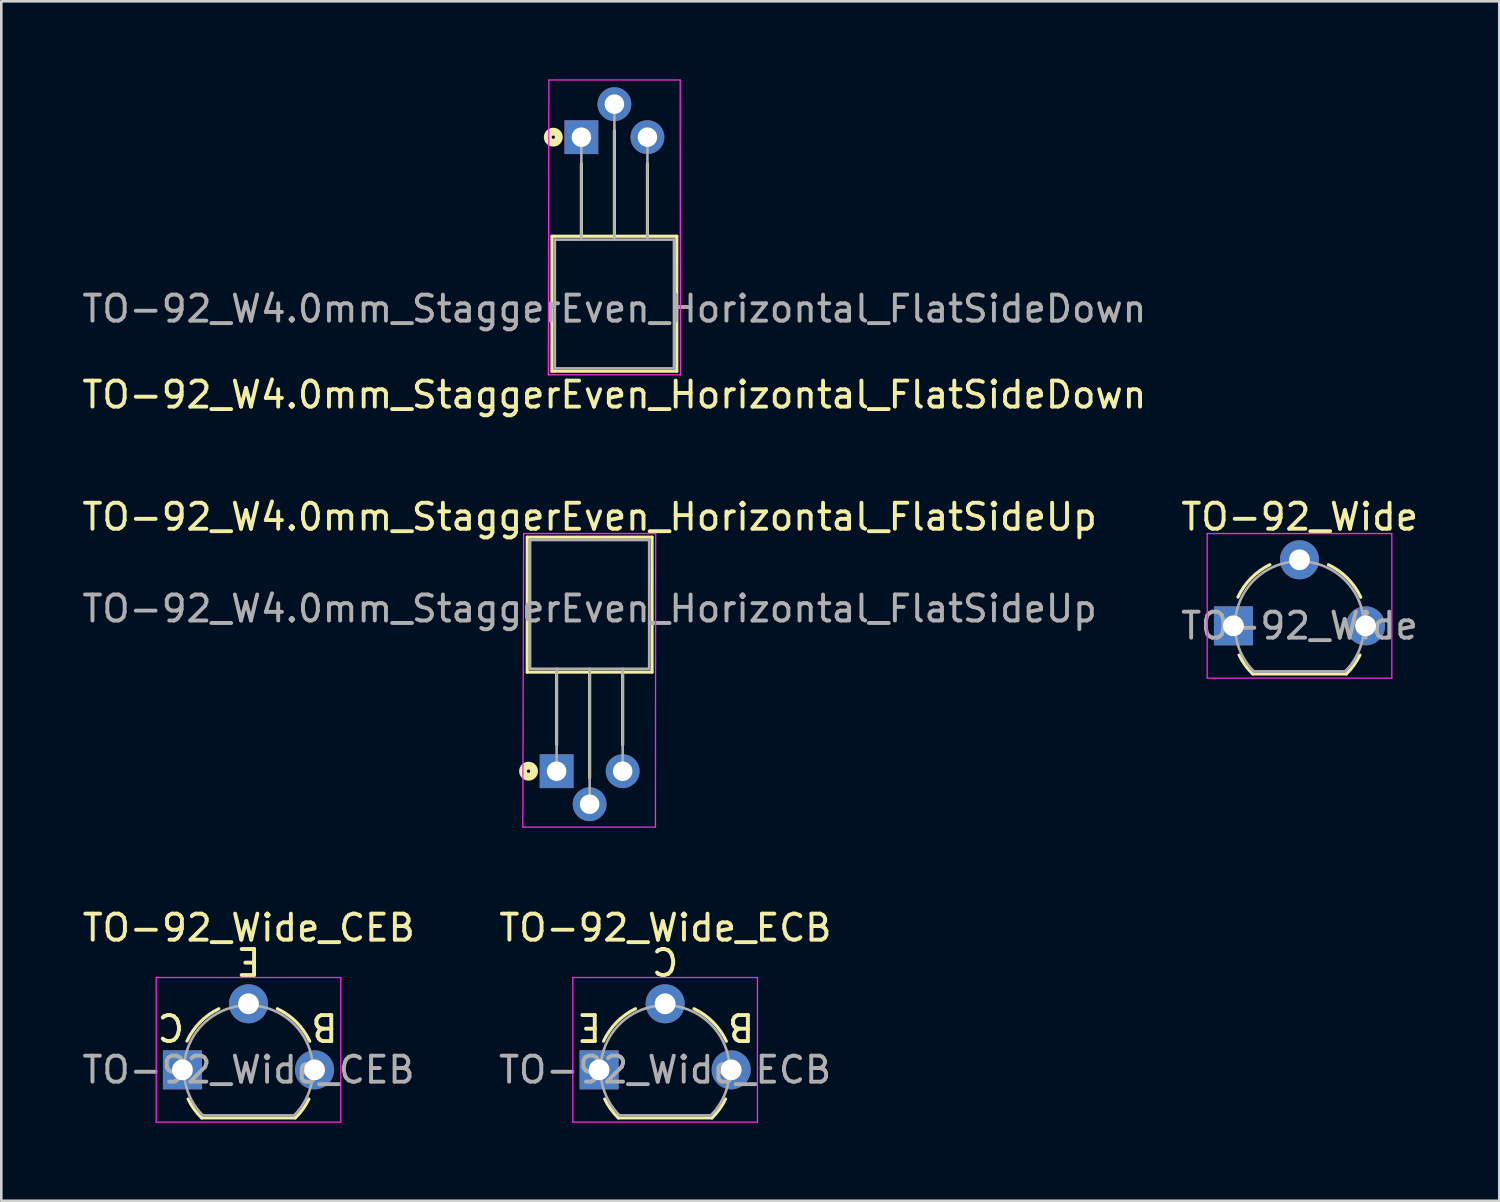
<source format=kicad_pcb>
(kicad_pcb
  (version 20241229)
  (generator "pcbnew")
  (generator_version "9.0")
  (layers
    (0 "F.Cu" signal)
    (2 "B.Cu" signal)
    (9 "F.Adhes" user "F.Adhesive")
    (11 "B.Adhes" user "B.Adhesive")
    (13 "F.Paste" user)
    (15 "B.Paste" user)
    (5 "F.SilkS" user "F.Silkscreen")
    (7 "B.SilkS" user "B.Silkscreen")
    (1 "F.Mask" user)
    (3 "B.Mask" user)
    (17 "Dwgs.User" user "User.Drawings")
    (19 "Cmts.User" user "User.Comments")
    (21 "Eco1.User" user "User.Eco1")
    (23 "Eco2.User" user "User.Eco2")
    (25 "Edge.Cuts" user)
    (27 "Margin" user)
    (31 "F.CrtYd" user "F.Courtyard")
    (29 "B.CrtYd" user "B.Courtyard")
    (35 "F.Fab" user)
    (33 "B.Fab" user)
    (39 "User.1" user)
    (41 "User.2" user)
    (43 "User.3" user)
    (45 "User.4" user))
  (footprint "TO-92_Wide"
    (layer "F.Cu")
    (at 44.383 21.017)
    (property "Reference" "TO-92_Wide" (at 2.55 -4.19 0) (layer "F.SilkS") (effects (font (size 1 1) (thickness 0.15))))
    (attr through_hole)
    (fp_line (start 0.74 1.85) (end 4.34 1.85) (stroke (width 0.12) (type solid)) (layer "F.SilkS"))
    (fp_arc (start 0.172801 -1.103842) (mid 0.678995 -1.832692) (end 1.4 -2.35) (stroke (width 0.12) (type solid)) (layer "F.SilkS"))
    (fp_arc (start 0.74 1.85) (mid 0.446097 1.509328) (end 0.215816 1.122795) (stroke (width 0.12) (type solid)) (layer "F.SilkS"))
    (fp_arc (start 3.65 -2.35) (mid 4.382279 -1.833196) (end 4.895458 -1.098371) (stroke (width 0.12) (type solid)) (layer "F.SilkS"))
    (fp_arc (start 4.864184 1.122795) (mid 4.633903 1.509328) (end 4.34 1.85) (stroke (width 0.12) (type solid)) (layer "F.SilkS"))
    (fp_line (start -1.01 -3.55) (end -1.01 2.01) (stroke (width 0.05) (type solid)) (layer "F.CrtYd"))
    (fp_line (start -1.01 -3.55) (end 6.09 -3.55) (stroke (width 0.05) (type solid)) (layer "F.CrtYd"))
    (fp_line (start 6.09 2.01) (end -1.01 2.01) (stroke (width 0.05) (type solid)) (layer "F.CrtYd"))
    (fp_line (start 6.09 2.01) (end 6.09 -3.55) (stroke (width 0.05) (type solid)) (layer "F.CrtYd"))
    (fp_line (start 0.8 1.75) (end 4.3 1.75) (stroke (width 0.1) (type solid)) (layer "F.Fab"))
    (fp_arc (start 0.786375 1.753625) (mid 0.248779 -0.949055) (end 2.54 -2.48) (stroke (width 0.1) (type solid)) (layer "F.Fab"))
    (fp_arc (start 2.54 -2.48) (mid 4.831221 -0.949055) (end 4.293625 1.753625) (stroke (width 0.1) (type solid)) (layer "F.Fab"))
    (fp_text user "${REFERENCE}" (at 2.54 0 0) (layer "F.Fab") (effects (font (size 1 1) (thickness 0.15))))
    (pad "1" thru_hole rect (at 0 0 90) (size 1.5 1.5) (drill 0.8) (layers "*.Cu" "*.Mask"))
    (pad "2" thru_hole circle (at 2.54 -2.54 90) (size 1.5 1.5) (drill 0.8) (layers "*.Cu" "*.Mask"))
    (pad "3" thru_hole circle (at 5.08 0 90) (size 1.5 1.5) (drill 0.8) (layers "*.Cu" "*.Mask")))
  (footprint "TO-92_W4.0mm_StaggerEven_Horizontal_FlatSideDown"
    (layer "F.Cu")
    (at 19.307 2.225)
    (property "Reference" "TO-92_W4.0mm_StaggerEven_Horizontal_FlatSideDown" (at 1.27 9.906 0) (layer "F.SilkS") (effects (font (size 1 1) (thickness 0.15))))
    (attr through_hole)
    (fp_line (start -1.13 3.81) (end 3.67 3.81) (stroke (width 0.12) (type solid)) (layer "F.SilkS"))
    (fp_line (start -1.13 9) (end -1.13 3.81) (stroke (width 0.12) (type solid)) (layer "F.SilkS"))
    (fp_line (start 0 1.02) (end 0 3.81) (stroke (width 0.12) (type solid)) (layer "F.SilkS"))
    (fp_line (start 1.27 -0.25) (end 1.27 3.81) (stroke (width 0.12) (type solid)) (layer "F.SilkS"))
    (fp_line (start 2.54 1.02) (end 2.54 3.81) (stroke (width 0.12) (type solid)) (layer "F.SilkS"))
    (fp_line (start 3.67 3.81) (end 3.67 9) (stroke (width 0.12) (type solid)) (layer "F.SilkS"))
    (fp_line (start 3.67 9) (end -1.13 9) (stroke (width 0.12) (type solid)) (layer "F.SilkS"))
    (fp_circle (center -1.079 0) (end -1.016 0) (stroke (width 0.3) (type solid)) (fill no) (layer "F.SilkS"))
    (fp_line (start -1.25 -2.2) (end -1.27 9.14) (stroke (width 0.05) (type solid)) (layer "F.CrtYd"))
    (fp_line (start -1.25 -2.2) (end 3.8 -2.2) (stroke (width 0.05) (type solid)) (layer "F.CrtYd"))
    (fp_line (start 3.81 9.14) (end -1.27 9.14) (stroke (width 0.05) (type solid)) (layer "F.CrtYd"))
    (fp_line (start 3.81 9.14) (end 3.8 -2.2) (stroke (width 0.05) (type solid)) (layer "F.CrtYd"))
    (fp_line (start -1.02 3.94) (end 3.56 3.94) (stroke (width 0.1) (type solid)) (layer "F.Fab"))
    (fp_line (start -1.02 8.89) (end -1.02 3.94) (stroke (width 0.1) (type solid)) (layer "F.Fab"))
    (fp_line (start 0 3.94) (end 0 0) (stroke (width 0.1) (type solid)) (layer "F.Fab"))
    (fp_line (start 1.27 3.94) (end 1.27 -1.27) (stroke (width 0.1) (type solid)) (layer "F.Fab"))
    (fp_line (start 2.54 3.94) (end 2.54 0) (stroke (width 0.1) (type solid)) (layer "F.Fab"))
    (fp_line (start 3.56 3.94) (end 3.56 8.89) (stroke (width 0.1) (type solid)) (layer "F.Fab"))
    (fp_line (start 3.56 8.89) (end -1.02 8.89) (stroke (width 0.1) (type solid)) (layer "F.Fab"))
    (fp_text user "${REFERENCE}" (at 1.27 6.6 0) (layer "F.Fab") (effects (font (size 1 1) (thickness 0.15))))
    (pad "1" thru_hole rect (at 0 0 90) (size 1.3 1.3) (drill 0.75) (layers "*.Cu" "*.Mask"))
    (pad "2" thru_hole circle (at 1.27 -1.27 90) (size 1.3 1.3) (drill 0.75) (layers "*.Cu" "*.Mask"))
    (pad "3" thru_hole circle (at 2.54 0 90) (size 1.3 1.3) (drill 0.75) (layers "*.Cu" "*.Mask")))
  (footprint "TO-92_Wide_ECB"
    (layer "F.Cu")
    (at 19.988 38.091)
    (property "Reference" "TO-92_Wide_ECB" (at 2.55 -5.461 0) (layer "F.SilkS") (effects (font (size 1 1) (thickness 0.15))))
    (fp_line (start 0.74 1.85) (end 4.34 1.85) (stroke (width 0.12) (type solid)) (layer "F.SilkS"))
    (fp_arc (start 0.172801 -1.103842) (mid 0.678995 -1.832692) (end 1.4 -2.35) (stroke (width 0.12) (type solid)) (layer "F.SilkS"))
    (fp_arc (start 0.74 1.85) (mid 0.446097 1.509328) (end 0.215816 1.122795) (stroke (width 0.12) (type solid)) (layer "F.SilkS"))
    (fp_arc (start 3.65 -2.35) (mid 4.382279 -1.833196) (end 4.895458 -1.098371) (stroke (width 0.12) (type solid)) (layer "F.SilkS"))
    (fp_arc (start 4.864184 1.122795) (mid 4.633903 1.509328) (end 4.34 1.85) (stroke (width 0.12) (type solid)) (layer "F.SilkS"))
    (fp_line (start -1.01 -3.55) (end -1.01 2.01) (stroke (width 0.05) (type solid)) (layer "F.CrtYd"))
    (fp_line (start -1.01 -3.55) (end 6.09 -3.55) (stroke (width 0.05) (type solid)) (layer "F.CrtYd"))
    (fp_line (start 6.09 2.01) (end -1.01 2.01) (stroke (width 0.05) (type solid)) (layer "F.CrtYd"))
    (fp_line (start 6.09 2.01) (end 6.09 -3.55) (stroke (width 0.05) (type solid)) (layer "F.CrtYd"))
    (fp_line (start 0.8 1.75) (end 4.3 1.75) (stroke (width 0.1) (type solid)) (layer "F.Fab"))
    (fp_arc (start 0.786375 1.753625) (mid 0.248779 -0.949055) (end 2.54 -2.48) (stroke (width 0.1) (type solid)) (layer "F.Fab"))
    (fp_arc (start 2.54 -2.48) (mid 4.831221 -0.949055) (end 4.293625 1.753625) (stroke (width 0.1) (type solid)) (layer "F.Fab"))
    (fp_text user "E" (at -0.381 -1.651 180) (unlocked yes) (layer "F.SilkS") (effects (font (size 1 1) (thickness 0.15))))
    (fp_text user "C" (at 2.54 -4.191 180) (unlocked yes) (layer "F.SilkS") (effects (font (size 1 1) (thickness 0.15))))
    (fp_text user "B" (at 5.461 -1.651 180) (unlocked yes) (layer "F.SilkS") (effects (font (size 1 1) (thickness 0.15))))
    (fp_text user "${REFERENCE}" (at 2.54 0 0) (layer "F.Fab") (effects (font (size 1 1) (thickness 0.15))))
    (pad "1" thru_hole rect (at 0 0 90) (size 1.5 1.5) (drill 0.8) (layers "*.Cu" "*.Mask"))
    (pad "2" thru_hole circle (at 2.54 -2.54 90) (size 1.5 1.5) (drill 0.8) (layers "*.Cu" "*.Mask"))
    (pad "3" thru_hole circle (at 5.08 0 90) (size 1.5 1.5) (drill 0.8) (layers "*.Cu" "*.Mask")))
  (footprint "TO-92_W4.0mm_StaggerEven_Horizontal_FlatSideUp"
    (layer "F.Cu")
    (at 18.355 26.607)
    (property "Reference" "TO-92_W4.0mm_StaggerEven_Horizontal_FlatSideUp" (at 1.27 -9.779 0) (layer "F.SilkS") (effects (font (size 1 1) (thickness 0.15))))
    (attr through_hole)
    (fp_line (start -1.13 -9) (end -1.13 -3.81) (stroke (width 0.12) (type solid)) (layer "F.SilkS"))
    (fp_line (start -1.13 -3.81) (end 3.67 -3.81) (stroke (width 0.12) (type solid)) (layer "F.SilkS"))
    (fp_line (start 0 -1.02) (end 0 -3.81) (stroke (width 0.12) (type solid)) (layer "F.SilkS"))
    (fp_line (start 1.27 0.25) (end 1.27 -3.81) (stroke (width 0.12) (type solid)) (layer "F.SilkS"))
    (fp_line (start 2.54 -1.02) (end 2.54 -3.81) (stroke (width 0.12) (type solid)) (layer "F.SilkS"))
    (fp_line (start 3.67 -9) (end -1.13 -9) (stroke (width 0.12) (type solid)) (layer "F.SilkS"))
    (fp_line (start 3.67 -3.81) (end 3.67 -9) (stroke (width 0.12) (type solid)) (layer "F.SilkS"))
    (fp_circle (center -1.079 0) (end -1.016 0) (stroke (width 0.3) (type solid)) (fill no) (layer "F.SilkS"))
    (fp_line (start -1.27 -9.14) (end -1.3 2.15) (stroke (width 0.05) (type solid)) (layer "F.CrtYd"))
    (fp_line (start -1.27 -9.14) (end 3.81 -9.14) (stroke (width 0.05) (type solid)) (layer "F.CrtYd"))
    (fp_line (start 3.8 2.15) (end -1.3 2.15) (stroke (width 0.05) (type solid)) (layer "F.CrtYd"))
    (fp_line (start 3.8 2.15) (end 3.81 -9.14) (stroke (width 0.05) (type solid)) (layer "F.CrtYd"))
    (fp_line (start -1.02 -8.89) (end -1.02 -3.94) (stroke (width 0.1) (type solid)) (layer "F.Fab"))
    (fp_line (start -1.02 -3.94) (end 3.56 -3.94) (stroke (width 0.1) (type solid)) (layer "F.Fab"))
    (fp_line (start 0 -3.94) (end 0 0) (stroke (width 0.1) (type solid)) (layer "F.Fab"))
    (fp_line (start 1.27 -3.94) (end 1.27 1.27) (stroke (width 0.1) (type solid)) (layer "F.Fab"))
    (fp_line (start 2.54 -3.94) (end 2.54 0) (stroke (width 0.1) (type solid)) (layer "F.Fab"))
    (fp_line (start 3.56 -8.89) (end -1.02 -8.89) (stroke (width 0.1) (type solid)) (layer "F.Fab"))
    (fp_line (start 3.56 -3.94) (end 3.56 -8.89) (stroke (width 0.1) (type solid)) (layer "F.Fab"))
    (fp_text user "${REFERENCE}" (at 1.27 -6.25 0) (layer "F.Fab") (effects (font (size 1 1) (thickness 0.15))))
    (pad "1" thru_hole rect (at 0 0 270) (size 1.3 1.3) (drill 0.75) (layers "*.Cu" "*.Mask"))
    (pad "2" thru_hole circle (at 1.27 1.27 270) (size 1.3 1.3) (drill 0.75) (layers "*.Cu" "*.Mask"))
    (pad "3" thru_hole circle (at 2.54 0 270) (size 1.3 1.3) (drill 0.75) (layers "*.Cu" "*.Mask")))
  (footprint "TO-92_Wide_CEB"
    (layer "F.Cu")
    (at 3.966 38.091)
    (property "Reference" "TO-92_Wide_CEB" (at 2.55 -5.461 0) (layer "F.SilkS") (effects (font (size 1 1) (thickness 0.15))))
    (fp_line (start 0.74 1.85) (end 4.34 1.85) (stroke (width 0.12) (type solid)) (layer "F.SilkS"))
    (fp_arc (start 0.172801 -1.103842) (mid 0.678995 -1.832692) (end 1.4 -2.35) (stroke (width 0.12) (type solid)) (layer "F.SilkS"))
    (fp_arc (start 0.74 1.85) (mid 0.446097 1.509328) (end 0.215816 1.122795) (stroke (width 0.12) (type solid)) (layer "F.SilkS"))
    (fp_arc (start 3.65 -2.35) (mid 4.382279 -1.833196) (end 4.895458 -1.098371) (stroke (width 0.12) (type solid)) (layer "F.SilkS"))
    (fp_arc (start 4.864184 1.122795) (mid 4.633903 1.509328) (end 4.34 1.85) (stroke (width 0.12) (type solid)) (layer "F.SilkS"))
    (fp_line (start -1.01 -3.55) (end -1.01 2.01) (stroke (width 0.05) (type solid)) (layer "F.CrtYd"))
    (fp_line (start -1.01 -3.55) (end 6.09 -3.55) (stroke (width 0.05) (type solid)) (layer "F.CrtYd"))
    (fp_line (start 6.09 2.01) (end -1.01 2.01) (stroke (width 0.05) (type solid)) (layer "F.CrtYd"))
    (fp_line (start 6.09 2.01) (end 6.09 -3.55) (stroke (width 0.05) (type solid)) (layer "F.CrtYd"))
    (fp_line (start 0.8 1.75) (end 4.3 1.75) (stroke (width 0.1) (type solid)) (layer "F.Fab"))
    (fp_arc (start 0.786375 1.753625) (mid 0.248779 -0.949055) (end 2.54 -2.48) (stroke (width 0.1) (type solid)) (layer "F.Fab"))
    (fp_arc (start 2.54 -2.48) (mid 4.831221 -0.949055) (end 4.293625 1.753625) (stroke (width 0.1) (type solid)) (layer "F.Fab"))
    (fp_text user "C" (at -0.445 -1.651 180) (unlocked yes) (layer "F.SilkS") (effects (font (size 1 1) (thickness 0.15))))
    (fp_text user "B" (at 5.461 -1.651 180) (unlocked yes) (layer "F.SilkS") (effects (font (size 1 1) (thickness 0.15))))
    (fp_text user "E" (at 2.54 -4.191 180) (unlocked yes) (layer "F.SilkS") (effects (font (size 1 1) (thickness 0.15))))
    (fp_text user "${REFERENCE}" (at 2.54 0 0) (layer "F.Fab") (effects (font (size 1 1) (thickness 0.15))))
    (pad "1" thru_hole rect (at 0 0 90) (size 1.5 1.5) (drill 0.8) (layers "*.Cu" "*.Mask"))
    (pad "2" thru_hole circle (at 2.54 -2.54 90) (size 1.5 1.5) (drill 0.8) (layers "*.Cu" "*.Mask"))
    (pad "3" thru_hole circle (at 5.08 0 90) (size 1.5 1.5) (drill 0.8) (layers "*.Cu" "*.Mask")))
  (gr_rect
    (start -3 -3)
    (end 54.605 43.126)
    (stroke (width 0.1) (type default))
    (fill no)
    (layer "Edge.Cuts")))
</source>
